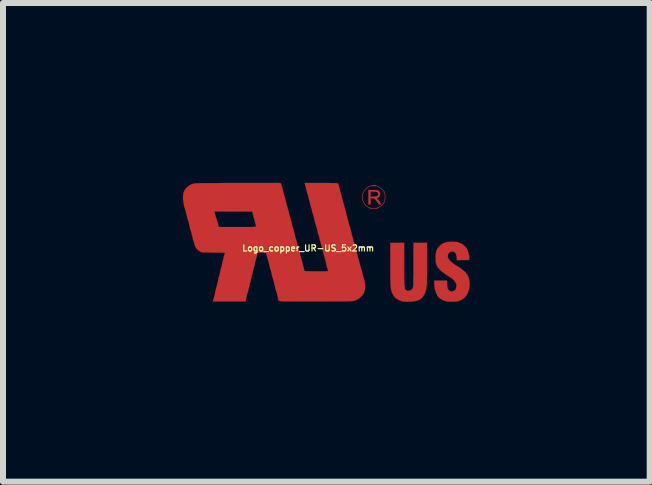
<source format=kicad_pcb>
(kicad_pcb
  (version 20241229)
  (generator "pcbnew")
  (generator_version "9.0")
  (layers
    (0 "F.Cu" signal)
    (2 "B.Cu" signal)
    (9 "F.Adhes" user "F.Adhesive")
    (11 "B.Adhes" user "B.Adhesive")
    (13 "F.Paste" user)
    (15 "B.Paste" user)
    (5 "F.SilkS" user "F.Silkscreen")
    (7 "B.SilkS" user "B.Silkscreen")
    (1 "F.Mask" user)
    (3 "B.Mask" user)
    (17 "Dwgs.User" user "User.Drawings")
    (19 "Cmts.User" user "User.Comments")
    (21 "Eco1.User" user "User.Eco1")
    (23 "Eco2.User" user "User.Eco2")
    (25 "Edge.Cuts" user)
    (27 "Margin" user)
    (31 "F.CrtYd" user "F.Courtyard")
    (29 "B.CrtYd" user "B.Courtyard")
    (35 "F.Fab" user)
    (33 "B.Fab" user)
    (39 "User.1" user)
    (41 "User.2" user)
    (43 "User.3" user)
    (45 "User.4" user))
  (footprint "Logo_copper_UR-US_5x2mm"
    (layer "F.Cu")
    (at 2.389 0.989)
    (property "Reference" "Logo_copper_UR-US_5x2mm" (at -0.3 0.1 0) (layer "F.SilkS") (effects (font (size 0.102 0.102) (thickness 0.02))))
    (attr through_hole)
    (fp_poly (pts (xy 0.917 -0.635) (xy 0.914 -0.63) (xy 0.902 -0.63) (xy 0.889 -0.63) (xy 0.876 -0.638) (xy 0.874 -0.64) (xy 0.864 -0.653) (xy 0.853 -0.665) (xy 0.846 -0.681) (xy 0.831 -0.699) (xy 0.823 -0.709) (xy 0.808 -0.721) (xy 0.795 -0.729) (xy 0.782 -0.732) (xy 0.77 -0.732) (xy 0.739 -0.732) (xy 0.739 -0.681) (xy 0.739 -0.63) (xy 0.721 -0.63) (xy 0.704 -0.63) (xy 0.704 -0.749) (xy 0.704 -0.871) (xy 0.775 -0.871) (xy 0.813 -0.871) (xy 0.841 -0.869) (xy 0.864 -0.864) (xy 0.879 -0.853) (xy 0.889 -0.843) (xy 0.892 -0.838) (xy 0.899 -0.81) (xy 0.897 -0.785) (xy 0.884 -0.759) (xy 0.871 -0.747) (xy 0.871 -0.798) (xy 0.866 -0.815) (xy 0.859 -0.828) (xy 0.851 -0.836) (xy 0.841 -0.838) (xy 0.831 -0.841) (xy 0.813 -0.843) (xy 0.79 -0.843) (xy 0.739 -0.843) (xy 0.739 -0.8) (xy 0.739 -0.759) (xy 0.785 -0.759) (xy 0.808 -0.762) (xy 0.828 -0.765) (xy 0.843 -0.767) (xy 0.864 -0.782) (xy 0.871 -0.798) (xy 0.871 -0.747) (xy 0.869 -0.747) (xy 0.856 -0.737) (xy 0.851 -0.737) (xy 0.846 -0.734) (xy 0.843 -0.732) (xy 0.848 -0.724) (xy 0.861 -0.711) (xy 0.864 -0.709) (xy 0.879 -0.691) (xy 0.892 -0.671) (xy 0.897 -0.663) (xy 0.904 -0.648) (xy 0.912 -0.64) (xy 0.917 -0.635)) (stroke (width 0.003) (type solid)) (fill yes) (layer "F.Cu"))
    (fp_poly (pts (xy 1.681 0.366) (xy 1.681 0.447) (xy 1.681 0.518) (xy 1.679 0.579) (xy 1.679 0.627) (xy 1.679 0.665) (xy 1.679 0.696) (xy 1.676 0.714) (xy 1.674 0.724) (xy 1.671 0.732) (xy 1.669 0.747) (xy 1.669 0.752) (xy 1.669 0.77) (xy 1.669 0.782) (xy 1.669 0.785) (xy 1.664 0.795) (xy 1.659 0.813) (xy 1.654 0.831) (xy 1.638 0.871) (xy 1.61 0.909) (xy 1.59 0.932) (xy 1.577 0.942) (xy 1.57 0.947) (xy 1.562 0.95) (xy 1.557 0.955) (xy 1.549 0.963) (xy 1.532 0.968) (xy 1.511 0.975) (xy 1.506 0.975) (xy 1.478 0.983) (xy 1.44 0.988) (xy 1.4 0.991) (xy 1.356 0.991) (xy 1.316 0.991) (xy 1.283 0.988) (xy 1.28 0.988) (xy 1.247 0.978) (xy 1.214 0.965) (xy 1.181 0.947) (xy 1.158 0.93) (xy 1.135 0.907) (xy 1.115 0.874) (xy 1.097 0.841) (xy 1.087 0.815) (xy 1.085 0.798) (xy 1.079 0.777) (xy 1.077 0.752) (xy 1.074 0.724) (xy 1.072 0.688) (xy 1.072 0.648) (xy 1.069 0.602) (xy 1.069 0.546) (xy 1.069 0.48) (xy 1.069 0.406) (xy 1.069 0.333) (xy 1.069 0.01) (xy 1.184 0.01) (xy 1.3 0.01) (xy 1.3 0.351) (xy 1.3 0.432) (xy 1.3 0.503) (xy 1.3 0.564) (xy 1.3 0.615) (xy 1.303 0.658) (xy 1.303 0.693) (xy 1.306 0.721) (xy 1.308 0.744) (xy 1.311 0.762) (xy 1.313 0.772) (xy 1.316 0.782) (xy 1.318 0.782) (xy 1.333 0.8) (xy 1.356 0.808) (xy 1.379 0.808) (xy 1.405 0.803) (xy 1.425 0.787) (xy 1.427 0.787) (xy 1.438 0.775) (xy 1.443 0.762) (xy 1.448 0.742) (xy 1.45 0.729) (xy 1.45 0.716) (xy 1.453 0.693) (xy 1.453 0.66) (xy 1.453 0.62) (xy 1.453 0.572) (xy 1.455 0.518) (xy 1.455 0.46) (xy 1.455 0.399) (xy 1.455 0.351) (xy 1.455 0.01) (xy 1.567 0.01) (xy 1.681 0.01) (xy 1.681 0.366)) (stroke (width 0.003) (type solid)) (fill yes) (layer "F.Cu"))
    (fp_poly (pts (xy 0.983 -0.754) (xy 0.983 -0.716) (xy 0.978 -0.686) (xy 0.978 -0.749) (xy 0.978 -0.752) (xy 0.978 -0.782) (xy 0.978 -0.803) (xy 0.975 -0.815) (xy 0.97 -0.828) (xy 0.965 -0.841) (xy 0.963 -0.843) (xy 0.945 -0.866) (xy 0.922 -0.889) (xy 0.894 -0.912) (xy 0.869 -0.927) (xy 0.866 -0.93) (xy 0.843 -0.935) (xy 0.813 -0.937) (xy 0.78 -0.937) (xy 0.747 -0.935) (xy 0.719 -0.927) (xy 0.714 -0.925) (xy 0.676 -0.902) (xy 0.645 -0.871) (xy 0.622 -0.831) (xy 0.607 -0.787) (xy 0.602 -0.747) (xy 0.61 -0.706) (xy 0.625 -0.665) (xy 0.65 -0.63) (xy 0.66 -0.617) (xy 0.678 -0.602) (xy 0.701 -0.587) (xy 0.724 -0.577) (xy 0.742 -0.572) (xy 0.747 -0.572) (xy 0.759 -0.569) (xy 0.765 -0.564) (xy 0.772 -0.561) (xy 0.787 -0.559) (xy 0.792 -0.559) (xy 0.81 -0.561) (xy 0.82 -0.564) (xy 0.823 -0.564) (xy 0.831 -0.569) (xy 0.838 -0.572) (xy 0.859 -0.577) (xy 0.881 -0.587) (xy 0.907 -0.605) (xy 0.93 -0.625) (xy 0.95 -0.648) (xy 0.963 -0.663) (xy 0.97 -0.676) (xy 0.973 -0.688) (xy 0.975 -0.701) (xy 0.978 -0.721) (xy 0.978 -0.749) (xy 0.978 -0.686) (xy 0.968 -0.66) (xy 0.953 -0.638) (xy 0.93 -0.615) (xy 0.899 -0.592) (xy 0.892 -0.587) (xy 0.869 -0.574) (xy 0.853 -0.564) (xy 0.838 -0.559) (xy 0.82 -0.559) (xy 0.808 -0.556) (xy 0.785 -0.556) (xy 0.765 -0.556) (xy 0.752 -0.556) (xy 0.749 -0.556) (xy 0.732 -0.564) (xy 0.706 -0.577) (xy 0.681 -0.594) (xy 0.658 -0.612) (xy 0.65 -0.62) (xy 0.63 -0.648) (xy 0.612 -0.683) (xy 0.599 -0.721) (xy 0.597 -0.734) (xy 0.597 -0.77) (xy 0.607 -0.81) (xy 0.625 -0.848) (xy 0.648 -0.881) (xy 0.658 -0.894) (xy 0.681 -0.912) (xy 0.706 -0.927) (xy 0.729 -0.937) (xy 0.749 -0.94) (xy 0.759 -0.942) (xy 0.765 -0.947) (xy 0.772 -0.95) (xy 0.787 -0.953) (xy 0.805 -0.953) (xy 0.82 -0.95) (xy 0.823 -0.947) (xy 0.836 -0.942) (xy 0.853 -0.937) (xy 0.856 -0.935) (xy 0.876 -0.927) (xy 0.899 -0.912) (xy 0.925 -0.894) (xy 0.947 -0.871) (xy 0.965 -0.851) (xy 0.97 -0.841) (xy 0.978 -0.828) (xy 0.98 -0.813) (xy 0.983 -0.795) (xy 0.983 -0.77) (xy 0.983 -0.754)) (stroke (width 0.003) (type solid)) (fill yes) (layer "F.Cu"))
    (fp_poly (pts (xy 2.393 0.709) (xy 2.39 0.729) (xy 2.39 0.744) (xy 2.388 0.752) (xy 2.385 0.759) (xy 2.385 0.77) (xy 2.385 0.782) (xy 2.38 0.787) (xy 2.375 0.795) (xy 2.375 0.803) (xy 2.372 0.813) (xy 2.367 0.831) (xy 2.362 0.846) (xy 2.352 0.864) (xy 2.339 0.884) (xy 2.324 0.904) (xy 2.309 0.922) (xy 2.296 0.935) (xy 2.286 0.94) (xy 2.283 0.94) (xy 2.276 0.945) (xy 2.271 0.95) (xy 2.266 0.955) (xy 2.25 0.963) (xy 2.23 0.973) (xy 2.228 0.973) (xy 2.207 0.98) (xy 2.189 0.986) (xy 2.167 0.988) (xy 2.141 0.991) (xy 2.113 0.991) (xy 2.083 0.991) (xy 2.055 0.991) (xy 2.032 0.988) (xy 2.017 0.988) (xy 1.963 0.973) (xy 1.918 0.95) (xy 1.88 0.922) (xy 1.864 0.904) (xy 1.852 0.886) (xy 1.841 0.864) (xy 1.831 0.841) (xy 1.824 0.818) (xy 1.819 0.803) (xy 1.816 0.792) (xy 1.814 0.79) (xy 1.811 0.782) (xy 1.808 0.767) (xy 1.806 0.739) (xy 1.803 0.714) (xy 1.801 0.64) (xy 1.908 0.64) (xy 2.014 0.64) (xy 2.017 0.701) (xy 2.019 0.726) (xy 2.022 0.749) (xy 2.024 0.767) (xy 2.027 0.775) (xy 2.037 0.79) (xy 2.047 0.803) (xy 2.057 0.81) (xy 2.062 0.81) (xy 2.07 0.813) (xy 2.078 0.818) (xy 2.09 0.82) (xy 2.106 0.818) (xy 2.116 0.818) (xy 2.121 0.813) (xy 2.126 0.808) (xy 2.134 0.805) (xy 2.149 0.798) (xy 2.159 0.787) (xy 2.164 0.767) (xy 2.169 0.744) (xy 2.172 0.719) (xy 2.169 0.696) (xy 2.167 0.693) (xy 2.162 0.681) (xy 2.151 0.663) (xy 2.139 0.645) (xy 2.126 0.63) (xy 2.113 0.617) (xy 2.108 0.612) (xy 2.101 0.61) (xy 2.088 0.599) (xy 2.07 0.587) (xy 2.057 0.579) (xy 2.037 0.564) (xy 2.014 0.551) (xy 1.999 0.541) (xy 1.994 0.538) (xy 1.979 0.528) (xy 1.971 0.518) (xy 1.968 0.518) (xy 1.961 0.511) (xy 1.956 0.508) (xy 1.948 0.503) (xy 1.933 0.493) (xy 1.915 0.478) (xy 1.897 0.46) (xy 1.877 0.437) (xy 1.862 0.419) (xy 1.852 0.406) (xy 1.844 0.389) (xy 1.836 0.371) (xy 1.831 0.351) (xy 1.826 0.33) (xy 1.824 0.307) (xy 1.824 0.279) (xy 1.824 0.262) (xy 1.824 0.216) (xy 1.829 0.18) (xy 1.834 0.15) (xy 1.847 0.119) (xy 1.849 0.114) (xy 1.859 0.099) (xy 1.877 0.079) (xy 1.895 0.058) (xy 1.918 0.041) (xy 1.935 0.025) (xy 1.951 0.018) (xy 1.966 0.013) (xy 1.979 0.008) (xy 1.991 0.003) (xy 1.996 0.003) (xy 2.007 0) (xy 2.014 -0.003) (xy 2.024 -0.005) (xy 2.045 -0.005) (xy 2.07 -0.008) (xy 2.098 -0.008) (xy 2.126 -0.008) (xy 2.151 -0.005) (xy 2.174 -0.005) (xy 2.184 -0.003) (xy 2.187 -0.003) (xy 2.197 0) (xy 2.202 0.003) (xy 2.212 0.005) (xy 2.23 0.013) (xy 2.248 0.02) (xy 2.261 0.025) (xy 2.276 0.036) (xy 2.296 0.053) (xy 2.319 0.074) (xy 2.337 0.094) (xy 2.349 0.114) (xy 2.352 0.117) (xy 2.36 0.132) (xy 2.365 0.155) (xy 2.37 0.173) (xy 2.375 0.193) (xy 2.377 0.206) (xy 2.383 0.213) (xy 2.385 0.221) (xy 2.385 0.236) (xy 2.385 0.257) (xy 2.383 0.297) (xy 2.281 0.297) (xy 2.177 0.3) (xy 2.177 0.269) (xy 2.174 0.244) (xy 2.169 0.218) (xy 2.167 0.208) (xy 2.159 0.188) (xy 2.151 0.175) (xy 2.139 0.165) (xy 2.108 0.155) (xy 2.083 0.157) (xy 2.06 0.168) (xy 2.042 0.185) (xy 2.029 0.211) (xy 2.027 0.234) (xy 2.029 0.254) (xy 2.04 0.277) (xy 2.055 0.297) (xy 2.078 0.323) (xy 2.111 0.348) (xy 2.149 0.376) (xy 2.169 0.389) (xy 2.184 0.399) (xy 2.192 0.404) (xy 2.195 0.404) (xy 2.202 0.406) (xy 2.217 0.417) (xy 2.235 0.429) (xy 2.258 0.447) (xy 2.278 0.465) (xy 2.299 0.48) (xy 2.316 0.495) (xy 2.319 0.498) (xy 2.337 0.521) (xy 2.352 0.541) (xy 2.365 0.561) (xy 2.37 0.577) (xy 2.37 0.579) (xy 2.372 0.587) (xy 2.377 0.602) (xy 2.383 0.617) (xy 2.385 0.63) (xy 2.385 0.64) (xy 2.388 0.643) (xy 2.39 0.65) (xy 2.39 0.665) (xy 2.393 0.686) (xy 2.393 0.709)) (stroke (width 0.003) (type solid)) (fill yes) (layer "F.Cu"))
    (fp_poly (pts (xy 0.65 0.732) (xy 0.645 0.782) (xy 0.635 0.831) (xy 0.622 0.856) (xy 0.594 0.897) (xy 0.556 0.932) (xy 0.516 0.958) (xy 0.47 0.975) (xy 0.447 0.98) (xy 0.434 0.983) (xy 0.411 0.983) (xy 0.378 0.983) (xy 0.338 0.986) (xy 0.284 0.986) (xy 0.224 0.986) (xy 0.155 0.986) (xy 0.079 0.986) (xy -0.003 0.988) (xy -0.094 0.988) (xy -0.183 0.988) (xy -0.279 0.988) (xy -0.366 0.988) (xy -0.442 0.988) (xy -0.511 0.988) (xy -0.566 0.988) (xy -0.617 0.986) (xy -0.658 0.986) (xy -0.693 0.986) (xy -0.721 0.986) (xy -0.744 0.983) (xy -0.762 0.983) (xy -0.775 0.98) (xy -0.785 0.978) (xy -0.79 0.978) (xy -0.795 0.975) (xy -0.795 0.973) (xy -0.798 0.968) (xy -0.798 0.965) (xy -0.798 0.955) (xy -0.803 0.935) (xy -0.808 0.912) (xy -0.815 0.884) (xy -0.82 0.856) (xy -0.828 0.831) (xy -0.836 0.808) (xy -0.838 0.795) (xy -0.841 0.792) (xy -0.846 0.78) (xy -0.848 0.77) (xy -0.848 0.767) (xy -0.851 0.759) (xy -0.853 0.742) (xy -0.859 0.716) (xy -0.866 0.691) (xy -0.871 0.668) (xy -0.876 0.645) (xy -0.881 0.63) (xy -0.884 0.625) (xy -0.886 0.615) (xy -0.894 0.592) (xy -0.902 0.564) (xy -0.909 0.528) (xy -0.917 0.49) (xy -0.919 0.488) (xy -0.922 0.47) (xy -0.927 0.46) (xy -0.93 0.455) (xy -0.935 0.45) (xy -0.935 0.445) (xy -0.935 0.432) (xy -0.937 0.427) (xy -0.94 0.417) (xy -0.945 0.401) (xy -0.95 0.376) (xy -0.955 0.351) (xy -0.963 0.325) (xy -0.968 0.302) (xy -0.973 0.284) (xy -0.978 0.277) (xy -0.98 0.269) (xy -0.978 0.267) (xy -0.978 0.259) (xy -0.98 0.259) (xy -0.983 0.251) (xy -0.988 0.236) (xy -0.993 0.218) (xy -0.993 0.216) (xy -1.003 0.175) (xy -1.072 0.173) (xy -1.102 0.173) (xy -1.123 0.173) (xy -1.135 0.175) (xy -1.143 0.18) (xy -1.148 0.191) (xy -1.153 0.208) (xy -1.156 0.226) (xy -1.161 0.246) (xy -1.163 0.259) (xy -1.166 0.262) (xy -1.166 -0.257) (xy -1.171 -0.264) (xy -1.173 -0.269) (xy -1.173 -0.279) (xy -1.179 -0.297) (xy -1.184 -0.32) (xy -1.189 -0.348) (xy -1.196 -0.373) (xy -1.204 -0.399) (xy -1.209 -0.417) (xy -1.212 -0.429) (xy -1.214 -0.429) (xy -1.217 -0.442) (xy -1.217 -0.447) (xy -1.217 -0.455) (xy -1.222 -0.46) (xy -1.224 -0.472) (xy -1.227 -0.483) (xy -1.232 -0.511) (xy -1.549 -0.511) (xy -1.864 -0.513) (xy -1.849 -0.457) (xy -1.844 -0.432) (xy -1.836 -0.414) (xy -1.834 -0.401) (xy -1.831 -0.399) (xy -1.829 -0.391) (xy -1.824 -0.376) (xy -1.821 -0.363) (xy -1.814 -0.338) (xy -1.806 -0.31) (xy -1.803 -0.3) (xy -1.798 -0.279) (xy -1.796 -0.267) (xy -1.793 -0.259) (xy -1.791 -0.259) (xy -1.783 -0.257) (xy -1.768 -0.257) (xy -1.75 -0.254) (xy -1.722 -0.254) (xy -1.687 -0.254) (xy -1.641 -0.254) (xy -1.587 -0.254) (xy -1.524 -0.254) (xy -1.473 -0.254) (xy -1.415 -0.254) (xy -1.361 -0.254) (xy -1.311 -0.254) (xy -1.265 -0.254) (xy -1.227 -0.254) (xy -1.199 -0.257) (xy -1.176 -0.257) (xy -1.166 -0.257) (xy -1.166 0.262) (xy -1.166 0.264) (xy -1.168 0.272) (xy -1.173 0.287) (xy -1.179 0.31) (xy -1.186 0.338) (xy -1.189 0.358) (xy -1.196 0.389) (xy -1.204 0.414) (xy -1.209 0.434) (xy -1.214 0.447) (xy -1.214 0.45) (xy -1.217 0.457) (xy -1.217 0.462) (xy -1.217 0.472) (xy -1.219 0.478) (xy -1.222 0.483) (xy -1.227 0.5) (xy -1.232 0.523) (xy -1.237 0.551) (xy -1.24 0.554) (xy -1.245 0.582) (xy -1.25 0.605) (xy -1.255 0.622) (xy -1.26 0.63) (xy -1.262 0.64) (xy -1.26 0.645) (xy -1.262 0.655) (xy -1.262 0.66) (xy -1.267 0.668) (xy -1.273 0.683) (xy -1.278 0.709) (xy -1.285 0.737) (xy -1.288 0.749) (xy -1.295 0.78) (xy -1.3 0.808) (xy -1.306 0.831) (xy -1.311 0.843) (xy -1.311 0.846) (xy -1.316 0.856) (xy -1.321 0.874) (xy -1.326 0.899) (xy -1.328 0.909) (xy -1.333 0.935) (xy -1.339 0.955) (xy -1.341 0.97) (xy -1.344 0.975) (xy -1.346 0.988) (xy -1.618 0.988) (xy -1.89 0.988) (xy -1.885 0.968) (xy -1.882 0.953) (xy -1.877 0.945) (xy -1.875 0.937) (xy -1.869 0.919) (xy -1.864 0.897) (xy -1.857 0.866) (xy -1.852 0.836) (xy -1.844 0.803) (xy -1.839 0.78) (xy -1.836 0.765) (xy -1.831 0.754) (xy -1.831 0.752) (xy -1.829 0.747) (xy -1.824 0.729) (xy -1.819 0.706) (xy -1.811 0.676) (xy -1.808 0.66) (xy -1.801 0.63) (xy -1.796 0.602) (xy -1.791 0.579) (xy -1.786 0.566) (xy -1.786 0.561) (xy -1.781 0.554) (xy -1.778 0.533) (xy -1.77 0.508) (xy -1.765 0.48) (xy -1.763 0.467) (xy -1.755 0.437) (xy -1.748 0.409) (xy -1.742 0.386) (xy -1.737 0.373) (xy -1.737 0.371) (xy -1.735 0.358) (xy -1.735 0.353) (xy -1.735 0.345) (xy -1.732 0.343) (xy -1.73 0.335) (xy -1.725 0.318) (xy -1.72 0.295) (xy -1.714 0.267) (xy -1.712 0.264) (xy -1.707 0.236) (xy -1.699 0.213) (xy -1.694 0.196) (xy -1.692 0.185) (xy -1.689 0.178) (xy -1.692 0.175) (xy -1.697 0.175) (xy -1.714 0.175) (xy -1.74 0.173) (xy -1.77 0.173) (xy -1.811 0.173) (xy -1.852 0.173) (xy -1.869 0.173) (xy -1.915 0.173) (xy -1.958 0.17) (xy -1.996 0.17) (xy -2.029 0.17) (xy -2.055 0.168) (xy -2.07 0.168) (xy -2.073 0.168) (xy -2.106 0.155) (xy -2.134 0.135) (xy -2.162 0.107) (xy -2.182 0.076) (xy -2.195 0.041) (xy -2.197 0.028) (xy -2.202 0.013) (xy -2.205 0.003) (xy -2.207 0.003) (xy -2.21 -0.003) (xy -2.207 -0.01) (xy -2.207 -0.02) (xy -2.212 -0.023) (xy -2.215 -0.028) (xy -2.22 -0.038) (xy -2.22 -0.041) (xy -2.225 -0.064) (xy -2.23 -0.091) (xy -2.238 -0.119) (xy -2.245 -0.145) (xy -2.25 -0.168) (xy -2.256 -0.183) (xy -2.258 -0.191) (xy -2.263 -0.201) (xy -2.268 -0.216) (xy -2.268 -0.218) (xy -2.273 -0.246) (xy -2.281 -0.274) (xy -2.286 -0.305) (xy -2.294 -0.333) (xy -2.299 -0.353) (xy -2.304 -0.368) (xy -2.306 -0.371) (xy -2.309 -0.381) (xy -2.314 -0.399) (xy -2.319 -0.424) (xy -2.327 -0.455) (xy -2.329 -0.462) (xy -2.337 -0.49) (xy -2.342 -0.518) (xy -2.349 -0.541) (xy -2.355 -0.554) (xy -2.355 -0.556) (xy -2.362 -0.582) (xy -2.372 -0.615) (xy -2.377 -0.653) (xy -2.385 -0.693) (xy -2.388 -0.729) (xy -2.388 -0.749) (xy -2.385 -0.798) (xy -2.375 -0.838) (xy -2.357 -0.874) (xy -2.329 -0.909) (xy -2.324 -0.914) (xy -2.286 -0.945) (xy -2.243 -0.968) (xy -2.195 -0.98) (xy -2.192 -0.98) (xy -2.182 -0.983) (xy -2.159 -0.983) (xy -2.126 -0.983) (xy -2.083 -0.986) (xy -2.027 -0.986) (xy -1.963 -0.986) (xy -1.89 -0.986) (xy -1.808 -0.986) (xy -1.72 -0.988) (xy -1.621 -0.988) (xy -1.514 -0.988) (xy -1.458 -0.988) (xy -0.757 -0.988) (xy -0.752 -0.97) (xy -0.749 -0.958) (xy -0.744 -0.95) (xy -0.742 -0.94) (xy -0.742 -0.937) (xy -0.739 -0.927) (xy -0.737 -0.925) (xy -0.734 -0.914) (xy -0.729 -0.897) (xy -0.724 -0.874) (xy -0.716 -0.846) (xy -0.716 -0.841) (xy -0.709 -0.81) (xy -0.701 -0.785) (xy -0.696 -0.765) (xy -0.693 -0.754) (xy -0.693 -0.752) (xy -0.688 -0.744) (xy -0.683 -0.724) (xy -0.678 -0.701) (xy -0.671 -0.671) (xy -0.668 -0.665) (xy -0.663 -0.638) (xy -0.655 -0.612) (xy -0.65 -0.592) (xy -0.645 -0.582) (xy -0.645 -0.579) (xy -0.643 -0.569) (xy -0.638 -0.551) (xy -0.63 -0.526) (xy -0.625 -0.498) (xy -0.622 -0.495) (xy -0.617 -0.467) (xy -0.61 -0.442) (xy -0.605 -0.424) (xy -0.599 -0.411) (xy -0.597 -0.401) (xy -0.592 -0.384) (xy -0.587 -0.361) (xy -0.579 -0.335) (xy -0.574 -0.31) (xy -0.569 -0.29) (xy -0.566 -0.274) (xy -0.566 -0.269) (xy -0.564 -0.262) (xy -0.556 -0.246) (xy -0.551 -0.234) (xy -0.546 -0.211) (xy -0.538 -0.185) (xy -0.531 -0.155) (xy -0.531 -0.152) (xy -0.523 -0.124) (xy -0.518 -0.099) (xy -0.513 -0.079) (xy -0.511 -0.069) (xy -0.508 -0.069) (xy -0.505 -0.056) (xy -0.505 -0.053) (xy -0.5 -0.043) (xy -0.5 -0.038) (xy -0.498 -0.03) (xy -0.493 -0.013) (xy -0.488 0.008) (xy -0.483 0.03) (xy -0.475 0.056) (xy -0.47 0.079) (xy -0.465 0.097) (xy -0.462 0.102) (xy -0.46 0.114) (xy -0.46 0.119) (xy -0.457 0.124) (xy -0.455 0.127) (xy -0.45 0.13) (xy -0.45 0.135) (xy -0.447 0.145) (xy -0.445 0.163) (xy -0.439 0.185) (xy -0.434 0.213) (xy -0.427 0.239) (xy -0.419 0.264) (xy -0.414 0.282) (xy -0.411 0.295) (xy -0.409 0.297) (xy -0.406 0.305) (xy -0.401 0.32) (xy -0.396 0.343) (xy -0.389 0.373) (xy -0.386 0.386) (xy -0.378 0.417) (xy -0.373 0.442) (xy -0.366 0.462) (xy -0.363 0.475) (xy -0.361 0.478) (xy -0.358 0.48) (xy -0.348 0.48) (xy -0.33 0.483) (xy -0.305 0.483) (xy -0.272 0.483) (xy -0.231 0.485) (xy -0.178 0.485) (xy -0.16 0.485) (xy -0.107 0.485) (xy -0.064 0.485) (xy -0.03 0.485) (xy -0.008 0.483) (xy 0.008 0.483) (xy 0.02 0.483) (xy 0.028 0.48) (xy 0.03 0.478) (xy 0.03 0.475) (xy 0.028 0.462) (xy 0.025 0.447) (xy 0.02 0.432) (xy 0.015 0.424) (xy 0.013 0.417) (xy 0.008 0.399) (xy 0.003 0.376) (xy -0.003 0.348) (xy -0.005 0.34) (xy -0.01 0.31) (xy -0.018 0.284) (xy -0.023 0.267) (xy -0.025 0.254) (xy -0.03 0.241) (xy -0.03 0.239) (xy -0.033 0.229) (xy -0.038 0.216) (xy -0.043 0.203) (xy -0.046 0.196) (xy -0.046 0.185) (xy -0.051 0.168) (xy -0.056 0.145) (xy -0.061 0.119) (xy -0.069 0.094) (xy -0.074 0.074) (xy -0.079 0.058) (xy -0.079 0.053) (xy -0.084 0.043) (xy -0.089 0.025) (xy -0.094 0) (xy -0.102 -0.023) (xy -0.109 -0.051) (xy -0.114 -0.074) (xy -0.119 -0.094) (xy -0.119 -0.104) (xy -0.119 -0.107) (xy -0.122 -0.114) (xy -0.124 -0.114) (xy -0.127 -0.119) (xy -0.132 -0.132) (xy -0.137 -0.147) (xy -0.147 -0.196) (xy -0.157 -0.234) (xy -0.165 -0.262) (xy -0.17 -0.279) (xy -0.173 -0.284) (xy -0.175 -0.295) (xy -0.18 -0.312) (xy -0.188 -0.338) (xy -0.193 -0.366) (xy -0.196 -0.371) (xy -0.203 -0.401) (xy -0.208 -0.427) (xy -0.213 -0.447) (xy -0.218 -0.457) (xy -0.221 -0.467) (xy -0.226 -0.488) (xy -0.234 -0.511) (xy -0.241 -0.541) (xy -0.241 -0.544) (xy -0.249 -0.574) (xy -0.257 -0.597) (xy -0.262 -0.617) (xy -0.264 -0.627) (xy -0.267 -0.627) (xy -0.269 -0.638) (xy -0.269 -0.643) (xy -0.269 -0.653) (xy -0.269 -0.655) (xy -0.274 -0.663) (xy -0.279 -0.678) (xy -0.284 -0.701) (xy -0.29 -0.726) (xy -0.297 -0.754) (xy -0.302 -0.777) (xy -0.307 -0.792) (xy -0.31 -0.8) (xy -0.315 -0.81) (xy -0.318 -0.82) (xy -0.318 -0.826) (xy -0.32 -0.833) (xy -0.325 -0.851) (xy -0.33 -0.874) (xy -0.338 -0.902) (xy -0.343 -0.93) (xy -0.351 -0.955) (xy -0.356 -0.975) (xy -0.358 -0.988) (xy -0.081 -0.988) (xy -0.018 -0.988) (xy 0.033 -0.988) (xy 0.079 -0.986) (xy 0.114 -0.986) (xy 0.142 -0.986) (xy 0.163 -0.986) (xy 0.178 -0.983) (xy 0.188 -0.983) (xy 0.196 -0.98) (xy 0.198 -0.978) (xy 0.206 -0.968) (xy 0.206 -0.963) (xy 0.208 -0.95) (xy 0.208 -0.947) (xy 0.211 -0.937) (xy 0.216 -0.919) (xy 0.221 -0.897) (xy 0.229 -0.874) (xy 0.234 -0.848) (xy 0.239 -0.826) (xy 0.244 -0.81) (xy 0.246 -0.805) (xy 0.249 -0.795) (xy 0.249 -0.79) (xy 0.249 -0.78) (xy 0.251 -0.78) (xy 0.259 -0.775) (xy 0.259 -0.77) (xy 0.259 -0.759) (xy 0.264 -0.742) (xy 0.269 -0.719) (xy 0.277 -0.691) (xy 0.282 -0.665) (xy 0.29 -0.64) (xy 0.295 -0.62) (xy 0.3 -0.61) (xy 0.302 -0.599) (xy 0.307 -0.579) (xy 0.315 -0.556) (xy 0.32 -0.526) (xy 0.323 -0.521) (xy 0.33 -0.493) (xy 0.335 -0.467) (xy 0.34 -0.45) (xy 0.345 -0.439) (xy 0.345 -0.437) (xy 0.348 -0.429) (xy 0.353 -0.411) (xy 0.358 -0.386) (xy 0.366 -0.358) (xy 0.368 -0.348) (xy 0.376 -0.32) (xy 0.381 -0.295) (xy 0.386 -0.277) (xy 0.391 -0.267) (xy 0.391 -0.264) (xy 0.394 -0.259) (xy 0.399 -0.244) (xy 0.404 -0.224) (xy 0.411 -0.198) (xy 0.417 -0.175) (xy 0.422 -0.152) (xy 0.424 -0.135) (xy 0.427 -0.127) (xy 0.427 -0.124) (xy 0.429 -0.117) (xy 0.434 -0.102) (xy 0.439 -0.089) (xy 0.445 -0.069) (xy 0.452 -0.041) (xy 0.46 -0.01) (xy 0.465 0.003) (xy 0.472 0.033) (xy 0.478 0.061) (xy 0.485 0.081) (xy 0.488 0.097) (xy 0.49 0.099) (xy 0.493 0.109) (xy 0.498 0.127) (xy 0.505 0.152) (xy 0.513 0.18) (xy 0.513 0.188) (xy 0.521 0.216) (xy 0.526 0.241) (xy 0.533 0.262) (xy 0.536 0.272) (xy 0.536 0.274) (xy 0.541 0.282) (xy 0.546 0.302) (xy 0.551 0.328) (xy 0.559 0.356) (xy 0.559 0.358) (xy 0.566 0.386) (xy 0.574 0.411) (xy 0.579 0.429) (xy 0.582 0.439) (xy 0.582 0.442) (xy 0.584 0.45) (xy 0.592 0.47) (xy 0.597 0.495) (xy 0.605 0.523) (xy 0.607 0.531) (xy 0.612 0.559) (xy 0.62 0.584) (xy 0.625 0.602) (xy 0.63 0.615) (xy 0.632 0.622) (xy 0.638 0.64) (xy 0.64 0.663) (xy 0.643 0.676) (xy 0.65 0.732)) (stroke (width 0.003) (type solid)) (fill yes) (layer "F.Cu")))
  (gr_rect
    (start -3 -3)
    (end 7.783 4.981)
    (stroke (width 0.1) (type default))
    (fill no)
    (layer "Edge.Cuts")))
</source>
